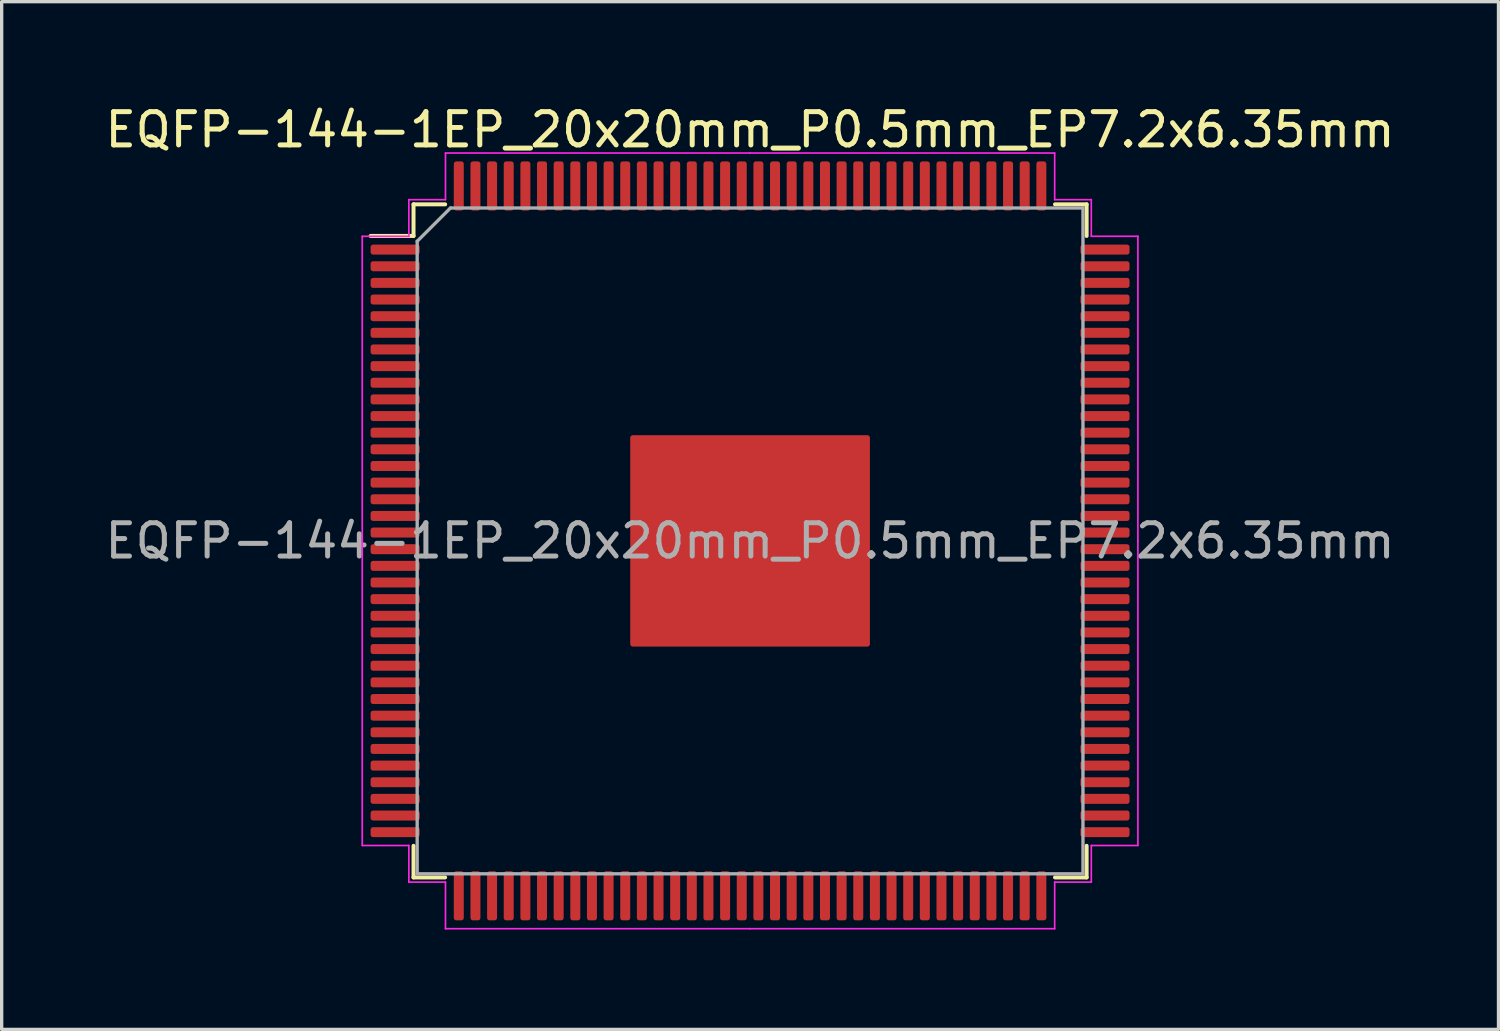
<source format=kicad_pcb>
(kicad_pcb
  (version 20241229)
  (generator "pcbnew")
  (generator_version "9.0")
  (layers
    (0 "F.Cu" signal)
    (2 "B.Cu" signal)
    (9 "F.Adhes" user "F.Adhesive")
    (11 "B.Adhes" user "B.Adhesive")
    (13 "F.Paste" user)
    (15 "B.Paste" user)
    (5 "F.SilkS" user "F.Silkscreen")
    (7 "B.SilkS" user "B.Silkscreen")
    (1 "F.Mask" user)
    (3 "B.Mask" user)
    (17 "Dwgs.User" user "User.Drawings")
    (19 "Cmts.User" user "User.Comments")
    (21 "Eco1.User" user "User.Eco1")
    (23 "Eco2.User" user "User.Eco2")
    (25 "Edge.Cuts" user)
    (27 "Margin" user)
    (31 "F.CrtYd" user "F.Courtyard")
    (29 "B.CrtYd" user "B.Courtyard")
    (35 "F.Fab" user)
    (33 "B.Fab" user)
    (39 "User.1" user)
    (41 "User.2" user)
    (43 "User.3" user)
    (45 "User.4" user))
  (footprint "EQFP-144-1EP_20x20mm_P0.5mm_EP7.2x6.35mm"
    (layer "F.Cu")
    (at 19.482 13.198)
    (property "Reference" "EQFP-144-1EP_20x20mm_P0.5mm_EP7.2x6.35mm" (at 0 -12.35 0) (layer "F.SilkS") (effects (font (size 1 1) (thickness 0.15))))
    (attr smd)
    (fp_line (start -10.11 -10.11) (end -10.11 -9.16) (stroke (width 0.12) (type solid)) (layer "F.SilkS"))
    (fp_line (start -10.11 -9.16) (end -11.4 -9.16) (stroke (width 0.12) (type solid)) (layer "F.SilkS"))
    (fp_line (start -10.11 10.11) (end -10.11 9.16) (stroke (width 0.12) (type solid)) (layer "F.SilkS"))
    (fp_line (start -9.16 -10.11) (end -10.11 -10.11) (stroke (width 0.12) (type solid)) (layer "F.SilkS"))
    (fp_line (start -9.16 10.11) (end -10.11 10.11) (stroke (width 0.12) (type solid)) (layer "F.SilkS"))
    (fp_line (start 9.16 -10.11) (end 10.11 -10.11) (stroke (width 0.12) (type solid)) (layer "F.SilkS"))
    (fp_line (start 9.16 10.11) (end 10.11 10.11) (stroke (width 0.12) (type solid)) (layer "F.SilkS"))
    (fp_line (start 10.11 -10.11) (end 10.11 -9.16) (stroke (width 0.12) (type solid)) (layer "F.SilkS"))
    (fp_line (start 10.11 10.11) (end 10.11 9.16) (stroke (width 0.12) (type solid)) (layer "F.SilkS"))
    (fp_line (start -11.65 -9.15) (end -11.65 0) (stroke (width 0.05) (type solid)) (layer "F.CrtYd"))
    (fp_line (start -11.65 9.15) (end -11.65 0) (stroke (width 0.05) (type solid)) (layer "F.CrtYd"))
    (fp_line (start -10.25 -10.25) (end -10.25 -9.15) (stroke (width 0.05) (type solid)) (layer "F.CrtYd"))
    (fp_line (start -10.25 -9.15) (end -11.65 -9.15) (stroke (width 0.05) (type solid)) (layer "F.CrtYd"))
    (fp_line (start -10.25 9.15) (end -11.65 9.15) (stroke (width 0.05) (type solid)) (layer "F.CrtYd"))
    (fp_line (start -10.25 10.25) (end -10.25 9.15) (stroke (width 0.05) (type solid)) (layer "F.CrtYd"))
    (fp_line (start -9.15 -11.65) (end -9.15 -10.25) (stroke (width 0.05) (type solid)) (layer "F.CrtYd"))
    (fp_line (start -9.15 -10.25) (end -10.25 -10.25) (stroke (width 0.05) (type solid)) (layer "F.CrtYd"))
    (fp_line (start -9.15 10.25) (end -10.25 10.25) (stroke (width 0.05) (type solid)) (layer "F.CrtYd"))
    (fp_line (start -9.15 11.65) (end -9.15 10.25) (stroke (width 0.05) (type solid)) (layer "F.CrtYd"))
    (fp_line (start 0 -11.65) (end -9.15 -11.65) (stroke (width 0.05) (type solid)) (layer "F.CrtYd"))
    (fp_line (start 0 -11.65) (end 9.15 -11.65) (stroke (width 0.05) (type solid)) (layer "F.CrtYd"))
    (fp_line (start 0 11.65) (end -9.15 11.65) (stroke (width 0.05) (type solid)) (layer "F.CrtYd"))
    (fp_line (start 0 11.65) (end 9.15 11.65) (stroke (width 0.05) (type solid)) (layer "F.CrtYd"))
    (fp_line (start 9.15 -11.65) (end 9.15 -10.25) (stroke (width 0.05) (type solid)) (layer "F.CrtYd"))
    (fp_line (start 9.15 -10.25) (end 10.25 -10.25) (stroke (width 0.05) (type solid)) (layer "F.CrtYd"))
    (fp_line (start 9.15 10.25) (end 10.25 10.25) (stroke (width 0.05) (type solid)) (layer "F.CrtYd"))
    (fp_line (start 9.15 11.65) (end 9.15 10.25) (stroke (width 0.05) (type solid)) (layer "F.CrtYd"))
    (fp_line (start 10.25 -10.25) (end 10.25 -9.15) (stroke (width 0.05) (type solid)) (layer "F.CrtYd"))
    (fp_line (start 10.25 -9.15) (end 11.65 -9.15) (stroke (width 0.05) (type solid)) (layer "F.CrtYd"))
    (fp_line (start 10.25 9.15) (end 11.65 9.15) (stroke (width 0.05) (type solid)) (layer "F.CrtYd"))
    (fp_line (start 10.25 10.25) (end 10.25 9.15) (stroke (width 0.05) (type solid)) (layer "F.CrtYd"))
    (fp_line (start 11.65 -9.15) (end 11.65 0) (stroke (width 0.05) (type solid)) (layer "F.CrtYd"))
    (fp_line (start 11.65 9.15) (end 11.65 0) (stroke (width 0.05) (type solid)) (layer "F.CrtYd"))
    (fp_line (start -10 -9) (end -9 -10) (stroke (width 0.1) (type solid)) (layer "F.Fab"))
    (fp_line (start -10 10) (end -10 -9) (stroke (width 0.1) (type solid)) (layer "F.Fab"))
    (fp_line (start -9 -10) (end 10 -10) (stroke (width 0.1) (type solid)) (layer "F.Fab"))
    (fp_line (start 10 -10) (end 10 10) (stroke (width 0.1) (type solid)) (layer "F.Fab"))
    (fp_line (start 10 10) (end -10 10) (stroke (width 0.1) (type solid)) (layer "F.Fab"))
    (fp_text user "${REFERENCE}" (at 0 0 0) (layer "F.Fab") (effects (font (size 1 1) (thickness 0.15))))
    (pad "" smd roundrect (at -3 -2.54) (size 0.97 1.02) (layers "F.Paste") (roundrect_rratio 0.25))
    (pad "" smd roundrect (at -3 -1.27) (size 0.97 1.02) (layers "F.Paste") (roundrect_rratio 0.25))
    (pad "" smd roundrect (at -3 0) (size 0.97 1.02) (layers "F.Paste") (roundrect_rratio 0.25))
    (pad "" smd roundrect (at -3 1.27) (size 0.97 1.02) (layers "F.Paste") (roundrect_rratio 0.25))
    (pad "" smd roundrect (at -3 2.54) (size 0.97 1.02) (layers "F.Paste") (roundrect_rratio 0.25))
    (pad "" smd roundrect (at -1.8 -2.54) (size 0.97 1.02) (layers "F.Paste") (roundrect_rratio 0.25))
    (pad "" smd roundrect (at -1.8 -1.27) (size 0.97 1.02) (layers "F.Paste") (roundrect_rratio 0.25))
    (pad "" smd roundrect (at -1.8 0) (size 0.97 1.02) (layers "F.Paste") (roundrect_rratio 0.25))
    (pad "" smd roundrect (at -1.8 1.27) (size 0.97 1.02) (layers "F.Paste") (roundrect_rratio 0.25))
    (pad "" smd roundrect (at -1.8 2.54) (size 0.97 1.02) (layers "F.Paste") (roundrect_rratio 0.25))
    (pad "" smd roundrect (at -0.6 -2.54) (size 0.97 1.02) (layers "F.Paste") (roundrect_rratio 0.25))
    (pad "" smd roundrect (at -0.6 -1.27) (size 0.97 1.02) (layers "F.Paste") (roundrect_rratio 0.25))
    (pad "" smd roundrect (at -0.6 0) (size 0.97 1.02) (layers "F.Paste") (roundrect_rratio 0.25))
    (pad "" smd roundrect (at -0.6 1.27) (size 0.97 1.02) (layers "F.Paste") (roundrect_rratio 0.25))
    (pad "" smd roundrect (at -0.6 2.54) (size 0.97 1.02) (layers "F.Paste") (roundrect_rratio 0.25))
    (pad "" smd roundrect (at 0.6 -2.54) (size 0.97 1.02) (layers "F.Paste") (roundrect_rratio 0.25))
    (pad "" smd roundrect (at 0.6 -1.27) (size 0.97 1.02) (layers "F.Paste") (roundrect_rratio 0.25))
    (pad "" smd roundrect (at 0.6 0) (size 0.97 1.02) (layers "F.Paste") (roundrect_rratio 0.25))
    (pad "" smd roundrect (at 0.6 1.27) (size 0.97 1.02) (layers "F.Paste") (roundrect_rratio 0.25))
    (pad "" smd roundrect (at 0.6 2.54) (size 0.97 1.02) (layers "F.Paste") (roundrect_rratio 0.25))
    (pad "" smd roundrect (at 1.8 -2.54) (size 0.97 1.02) (layers "F.Paste") (roundrect_rratio 0.25))
    (pad "" smd roundrect (at 1.8 -1.27) (size 0.97 1.02) (layers "F.Paste") (roundrect_rratio 0.25))
    (pad "" smd roundrect (at 1.8 0) (size 0.97 1.02) (layers "F.Paste") (roundrect_rratio 0.25))
    (pad "" smd roundrect (at 1.8 1.27) (size 0.97 1.02) (layers "F.Paste") (roundrect_rratio 0.25))
    (pad "" smd roundrect (at 1.8 2.54) (size 0.97 1.02) (layers "F.Paste") (roundrect_rratio 0.25))
    (pad "" smd roundrect (at 3 -2.54) (size 0.97 1.02) (layers "F.Paste") (roundrect_rratio 0.25))
    (pad "" smd roundrect (at 3 -1.27) (size 0.97 1.02) (layers "F.Paste") (roundrect_rratio 0.25))
    (pad "" smd roundrect (at 3 0) (size 0.97 1.02) (layers "F.Paste") (roundrect_rratio 0.25))
    (pad "" smd roundrect (at 3 1.27) (size 0.97 1.02) (layers "F.Paste") (roundrect_rratio 0.25))
    (pad "" smd roundrect (at 3 2.54) (size 0.97 1.02) (layers "F.Paste") (roundrect_rratio 0.25))
    (pad "1" smd roundrect (at -10.662 -8.75) (size 1.475 0.3) (layers "F.Cu" "F.Mask" "F.Paste") (roundrect_rratio 0.25))
    (pad "2" smd roundrect (at -10.662 -8.25) (size 1.475 0.3) (layers "F.Cu" "F.Mask" "F.Paste") (roundrect_rratio 0.25))
    (pad "3" smd roundrect (at -10.662 -7.75) (size 1.475 0.3) (layers "F.Cu" "F.Mask" "F.Paste") (roundrect_rratio 0.25))
    (pad "4" smd roundrect (at -10.662 -7.25) (size 1.475 0.3) (layers "F.Cu" "F.Mask" "F.Paste") (roundrect_rratio 0.25))
    (pad "5" smd roundrect (at -10.662 -6.75) (size 1.475 0.3) (layers "F.Cu" "F.Mask" "F.Paste") (roundrect_rratio 0.25))
    (pad "6" smd roundrect (at -10.662 -6.25) (size 1.475 0.3) (layers "F.Cu" "F.Mask" "F.Paste") (roundrect_rratio 0.25))
    (pad "7" smd roundrect (at -10.662 -5.75) (size 1.475 0.3) (layers "F.Cu" "F.Mask" "F.Paste") (roundrect_rratio 0.25))
    (pad "8" smd roundrect (at -10.662 -5.25) (size 1.475 0.3) (layers "F.Cu" "F.Mask" "F.Paste") (roundrect_rratio 0.25))
    (pad "9" smd roundrect (at -10.662 -4.75) (size 1.475 0.3) (layers "F.Cu" "F.Mask" "F.Paste") (roundrect_rratio 0.25))
    (pad "10" smd roundrect (at -10.662 -4.25) (size 1.475 0.3) (layers "F.Cu" "F.Mask" "F.Paste") (roundrect_rratio 0.25))
    (pad "11" smd roundrect (at -10.662 -3.75) (size 1.475 0.3) (layers "F.Cu" "F.Mask" "F.Paste") (roundrect_rratio 0.25))
    (pad "12" smd roundrect (at -10.662 -3.25) (size 1.475 0.3) (layers "F.Cu" "F.Mask" "F.Paste") (roundrect_rratio 0.25))
    (pad "13" smd roundrect (at -10.662 -2.75) (size 1.475 0.3) (layers "F.Cu" "F.Mask" "F.Paste") (roundrect_rratio 0.25))
    (pad "14" smd roundrect (at -10.662 -2.25) (size 1.475 0.3) (layers "F.Cu" "F.Mask" "F.Paste") (roundrect_rratio 0.25))
    (pad "15" smd roundrect (at -10.662 -1.75) (size 1.475 0.3) (layers "F.Cu" "F.Mask" "F.Paste") (roundrect_rratio 0.25))
    (pad "16" smd roundrect (at -10.662 -1.25) (size 1.475 0.3) (layers "F.Cu" "F.Mask" "F.Paste") (roundrect_rratio 0.25))
    (pad "17" smd roundrect (at -10.662 -0.75) (size 1.475 0.3) (layers "F.Cu" "F.Mask" "F.Paste") (roundrect_rratio 0.25))
    (pad "18" smd roundrect (at -10.662 -0.25) (size 1.475 0.3) (layers "F.Cu" "F.Mask" "F.Paste") (roundrect_rratio 0.25))
    (pad "19" smd roundrect (at -10.662 0.25) (size 1.475 0.3) (layers "F.Cu" "F.Mask" "F.Paste") (roundrect_rratio 0.25))
    (pad "20" smd roundrect (at -10.662 0.75) (size 1.475 0.3) (layers "F.Cu" "F.Mask" "F.Paste") (roundrect_rratio 0.25))
    (pad "21" smd roundrect (at -10.662 1.25) (size 1.475 0.3) (layers "F.Cu" "F.Mask" "F.Paste") (roundrect_rratio 0.25))
    (pad "22" smd roundrect (at -10.662 1.75) (size 1.475 0.3) (layers "F.Cu" "F.Mask" "F.Paste") (roundrect_rratio 0.25))
    (pad "23" smd roundrect (at -10.662 2.25) (size 1.475 0.3) (layers "F.Cu" "F.Mask" "F.Paste") (roundrect_rratio 0.25))
    (pad "24" smd roundrect (at -10.662 2.75) (size 1.475 0.3) (layers "F.Cu" "F.Mask" "F.Paste") (roundrect_rratio 0.25))
    (pad "25" smd roundrect (at -10.662 3.25) (size 1.475 0.3) (layers "F.Cu" "F.Mask" "F.Paste") (roundrect_rratio 0.25))
    (pad "26" smd roundrect (at -10.662 3.75) (size 1.475 0.3) (layers "F.Cu" "F.Mask" "F.Paste") (roundrect_rratio 0.25))
    (pad "27" smd roundrect (at -10.662 4.25) (size 1.475 0.3) (layers "F.Cu" "F.Mask" "F.Paste") (roundrect_rratio 0.25))
    (pad "28" smd roundrect (at -10.662 4.75) (size 1.475 0.3) (layers "F.Cu" "F.Mask" "F.Paste") (roundrect_rratio 0.25))
    (pad "29" smd roundrect (at -10.662 5.25) (size 1.475 0.3) (layers "F.Cu" "F.Mask" "F.Paste") (roundrect_rratio 0.25))
    (pad "30" smd roundrect (at -10.662 5.75) (size 1.475 0.3) (layers "F.Cu" "F.Mask" "F.Paste") (roundrect_rratio 0.25))
    (pad "31" smd roundrect (at -10.662 6.25) (size 1.475 0.3) (layers "F.Cu" "F.Mask" "F.Paste") (roundrect_rratio 0.25))
    (pad "32" smd roundrect (at -10.662 6.75) (size 1.475 0.3) (layers "F.Cu" "F.Mask" "F.Paste") (roundrect_rratio 0.25))
    (pad "33" smd roundrect (at -10.662 7.25) (size 1.475 0.3) (layers "F.Cu" "F.Mask" "F.Paste") (roundrect_rratio 0.25))
    (pad "34" smd roundrect (at -10.662 7.75) (size 1.475 0.3) (layers "F.Cu" "F.Mask" "F.Paste") (roundrect_rratio 0.25))
    (pad "35" smd roundrect (at -10.662 8.25) (size 1.475 0.3) (layers "F.Cu" "F.Mask" "F.Paste") (roundrect_rratio 0.25))
    (pad "36" smd roundrect (at -10.662 8.75) (size 1.475 0.3) (layers "F.Cu" "F.Mask" "F.Paste") (roundrect_rratio 0.25))
    (pad "37" smd roundrect (at -8.75 10.662) (size 0.3 1.475) (layers "F.Cu" "F.Mask" "F.Paste") (roundrect_rratio 0.25))
    (pad "38" smd roundrect (at -8.25 10.662) (size 0.3 1.475) (layers "F.Cu" "F.Mask" "F.Paste") (roundrect_rratio 0.25))
    (pad "39" smd roundrect (at -7.75 10.662) (size 0.3 1.475) (layers "F.Cu" "F.Mask" "F.Paste") (roundrect_rratio 0.25))
    (pad "40" smd roundrect (at -7.25 10.662) (size 0.3 1.475) (layers "F.Cu" "F.Mask" "F.Paste") (roundrect_rratio 0.25))
    (pad "41" smd roundrect (at -6.75 10.662) (size 0.3 1.475) (layers "F.Cu" "F.Mask" "F.Paste") (roundrect_rratio 0.25))
    (pad "42" smd roundrect (at -6.25 10.662) (size 0.3 1.475) (layers "F.Cu" "F.Mask" "F.Paste") (roundrect_rratio 0.25))
    (pad "43" smd roundrect (at -5.75 10.662) (size 0.3 1.475) (layers "F.Cu" "F.Mask" "F.Paste") (roundrect_rratio 0.25))
    (pad "44" smd roundrect (at -5.25 10.662) (size 0.3 1.475) (layers "F.Cu" "F.Mask" "F.Paste") (roundrect_rratio 0.25))
    (pad "45" smd roundrect (at -4.75 10.662) (size 0.3 1.475) (layers "F.Cu" "F.Mask" "F.Paste") (roundrect_rratio 0.25))
    (pad "46" smd roundrect (at -4.25 10.662) (size 0.3 1.475) (layers "F.Cu" "F.Mask" "F.Paste") (roundrect_rratio 0.25))
    (pad "47" smd roundrect (at -3.75 10.662) (size 0.3 1.475) (layers "F.Cu" "F.Mask" "F.Paste") (roundrect_rratio 0.25))
    (pad "48" smd roundrect (at -3.25 10.662) (size 0.3 1.475) (layers "F.Cu" "F.Mask" "F.Paste") (roundrect_rratio 0.25))
    (pad "49" smd roundrect (at -2.75 10.662) (size 0.3 1.475) (layers "F.Cu" "F.Mask" "F.Paste") (roundrect_rratio 0.25))
    (pad "50" smd roundrect (at -2.25 10.662) (size 0.3 1.475) (layers "F.Cu" "F.Mask" "F.Paste") (roundrect_rratio 0.25))
    (pad "51" smd roundrect (at -1.75 10.662) (size 0.3 1.475) (layers "F.Cu" "F.Mask" "F.Paste") (roundrect_rratio 0.25))
    (pad "52" smd roundrect (at -1.25 10.662) (size 0.3 1.475) (layers "F.Cu" "F.Mask" "F.Paste") (roundrect_rratio 0.25))
    (pad "53" smd roundrect (at -0.75 10.662) (size 0.3 1.475) (layers "F.Cu" "F.Mask" "F.Paste") (roundrect_rratio 0.25))
    (pad "54" smd roundrect (at -0.25 10.662) (size 0.3 1.475) (layers "F.Cu" "F.Mask" "F.Paste") (roundrect_rratio 0.25))
    (pad "55" smd roundrect (at 0.25 10.662) (size 0.3 1.475) (layers "F.Cu" "F.Mask" "F.Paste") (roundrect_rratio 0.25))
    (pad "56" smd roundrect (at 0.75 10.662) (size 0.3 1.475) (layers "F.Cu" "F.Mask" "F.Paste") (roundrect_rratio 0.25))
    (pad "57" smd roundrect (at 1.25 10.662) (size 0.3 1.475) (layers "F.Cu" "F.Mask" "F.Paste") (roundrect_rratio 0.25))
    (pad "58" smd roundrect (at 1.75 10.662) (size 0.3 1.475) (layers "F.Cu" "F.Mask" "F.Paste") (roundrect_rratio 0.25))
    (pad "59" smd roundrect (at 2.25 10.662) (size 0.3 1.475) (layers "F.Cu" "F.Mask" "F.Paste") (roundrect_rratio 0.25))
    (pad "60" smd roundrect (at 2.75 10.662) (size 0.3 1.475) (layers "F.Cu" "F.Mask" "F.Paste") (roundrect_rratio 0.25))
    (pad "61" smd roundrect (at 3.25 10.662) (size 0.3 1.475) (layers "F.Cu" "F.Mask" "F.Paste") (roundrect_rratio 0.25))
    (pad "62" smd roundrect (at 3.75 10.662) (size 0.3 1.475) (layers "F.Cu" "F.Mask" "F.Paste") (roundrect_rratio 0.25))
    (pad "63" smd roundrect (at 4.25 10.662) (size 0.3 1.475) (layers "F.Cu" "F.Mask" "F.Paste") (roundrect_rratio 0.25))
    (pad "64" smd roundrect (at 4.75 10.662) (size 0.3 1.475) (layers "F.Cu" "F.Mask" "F.Paste") (roundrect_rratio 0.25))
    (pad "65" smd roundrect (at 5.25 10.662) (size 0.3 1.475) (layers "F.Cu" "F.Mask" "F.Paste") (roundrect_rratio 0.25))
    (pad "66" smd roundrect (at 5.75 10.662) (size 0.3 1.475) (layers "F.Cu" "F.Mask" "F.Paste") (roundrect_rratio 0.25))
    (pad "67" smd roundrect (at 6.25 10.662) (size 0.3 1.475) (layers "F.Cu" "F.Mask" "F.Paste") (roundrect_rratio 0.25))
    (pad "68" smd roundrect (at 6.75 10.662) (size 0.3 1.475) (layers "F.Cu" "F.Mask" "F.Paste") (roundrect_rratio 0.25))
    (pad "69" smd roundrect (at 7.25 10.662) (size 0.3 1.475) (layers "F.Cu" "F.Mask" "F.Paste") (roundrect_rratio 0.25))
    (pad "70" smd roundrect (at 7.75 10.662) (size 0.3 1.475) (layers "F.Cu" "F.Mask" "F.Paste") (roundrect_rratio 0.25))
    (pad "71" smd roundrect (at 8.25 10.662) (size 0.3 1.475) (layers "F.Cu" "F.Mask" "F.Paste") (roundrect_rratio 0.25))
    (pad "72" smd roundrect (at 8.75 10.662) (size 0.3 1.475) (layers "F.Cu" "F.Mask" "F.Paste") (roundrect_rratio 0.25))
    (pad "73" smd roundrect (at 10.662 8.75) (size 1.475 0.3) (layers "F.Cu" "F.Mask" "F.Paste") (roundrect_rratio 0.25))
    (pad "74" smd roundrect (at 10.662 8.25) (size 1.475 0.3) (layers "F.Cu" "F.Mask" "F.Paste") (roundrect_rratio 0.25))
    (pad "75" smd roundrect (at 10.662 7.75) (size 1.475 0.3) (layers "F.Cu" "F.Mask" "F.Paste") (roundrect_rratio 0.25))
    (pad "76" smd roundrect (at 10.662 7.25) (size 1.475 0.3) (layers "F.Cu" "F.Mask" "F.Paste") (roundrect_rratio 0.25))
    (pad "77" smd roundrect (at 10.662 6.75) (size 1.475 0.3) (layers "F.Cu" "F.Mask" "F.Paste") (roundrect_rratio 0.25))
    (pad "78" smd roundrect (at 10.662 6.25) (size 1.475 0.3) (layers "F.Cu" "F.Mask" "F.Paste") (roundrect_rratio 0.25))
    (pad "79" smd roundrect (at 10.662 5.75) (size 1.475 0.3) (layers "F.Cu" "F.Mask" "F.Paste") (roundrect_rratio 0.25))
    (pad "80" smd roundrect (at 10.662 5.25) (size 1.475 0.3) (layers "F.Cu" "F.Mask" "F.Paste") (roundrect_rratio 0.25))
    (pad "81" smd roundrect (at 10.662 4.75) (size 1.475 0.3) (layers "F.Cu" "F.Mask" "F.Paste") (roundrect_rratio 0.25))
    (pad "82" smd roundrect (at 10.662 4.25) (size 1.475 0.3) (layers "F.Cu" "F.Mask" "F.Paste") (roundrect_rratio 0.25))
    (pad "83" smd roundrect (at 10.662 3.75) (size 1.475 0.3) (layers "F.Cu" "F.Mask" "F.Paste") (roundrect_rratio 0.25))
    (pad "84" smd roundrect (at 10.662 3.25) (size 1.475 0.3) (layers "F.Cu" "F.Mask" "F.Paste") (roundrect_rratio 0.25))
    (pad "85" smd roundrect (at 10.662 2.75) (size 1.475 0.3) (layers "F.Cu" "F.Mask" "F.Paste") (roundrect_rratio 0.25))
    (pad "86" smd roundrect (at 10.662 2.25) (size 1.475 0.3) (layers "F.Cu" "F.Mask" "F.Paste") (roundrect_rratio 0.25))
    (pad "87" smd roundrect (at 10.662 1.75) (size 1.475 0.3) (layers "F.Cu" "F.Mask" "F.Paste") (roundrect_rratio 0.25))
    (pad "88" smd roundrect (at 10.662 1.25) (size 1.475 0.3) (layers "F.Cu" "F.Mask" "F.Paste") (roundrect_rratio 0.25))
    (pad "89" smd roundrect (at 10.662 0.75) (size 1.475 0.3) (layers "F.Cu" "F.Mask" "F.Paste") (roundrect_rratio 0.25))
    (pad "90" smd roundrect (at 10.662 0.25) (size 1.475 0.3) (layers "F.Cu" "F.Mask" "F.Paste") (roundrect_rratio 0.25))
    (pad "91" smd roundrect (at 10.662 -0.25) (size 1.475 0.3) (layers "F.Cu" "F.Mask" "F.Paste") (roundrect_rratio 0.25))
    (pad "92" smd roundrect (at 10.662 -0.75) (size 1.475 0.3) (layers "F.Cu" "F.Mask" "F.Paste") (roundrect_rratio 0.25))
    (pad "93" smd roundrect (at 10.662 -1.25) (size 1.475 0.3) (layers "F.Cu" "F.Mask" "F.Paste") (roundrect_rratio 0.25))
    (pad "94" smd roundrect (at 10.662 -1.75) (size 1.475 0.3) (layers "F.Cu" "F.Mask" "F.Paste") (roundrect_rratio 0.25))
    (pad "95" smd roundrect (at 10.662 -2.25) (size 1.475 0.3) (layers "F.Cu" "F.Mask" "F.Paste") (roundrect_rratio 0.25))
    (pad "96" smd roundrect (at 10.662 -2.75) (size 1.475 0.3) (layers "F.Cu" "F.Mask" "F.Paste") (roundrect_rratio 0.25))
    (pad "97" smd roundrect (at 10.662 -3.25) (size 1.475 0.3) (layers "F.Cu" "F.Mask" "F.Paste") (roundrect_rratio 0.25))
    (pad "98" smd roundrect (at 10.662 -3.75) (size 1.475 0.3) (layers "F.Cu" "F.Mask" "F.Paste") (roundrect_rratio 0.25))
    (pad "99" smd roundrect (at 10.662 -4.25) (size 1.475 0.3) (layers "F.Cu" "F.Mask" "F.Paste") (roundrect_rratio 0.25))
    (pad "100" smd roundrect (at 10.662 -4.75) (size 1.475 0.3) (layers "F.Cu" "F.Mask" "F.Paste") (roundrect_rratio 0.25))
    (pad "101" smd roundrect (at 10.662 -5.25) (size 1.475 0.3) (layers "F.Cu" "F.Mask" "F.Paste") (roundrect_rratio 0.25))
    (pad "102" smd roundrect (at 10.662 -5.75) (size 1.475 0.3) (layers "F.Cu" "F.Mask" "F.Paste") (roundrect_rratio 0.25))
    (pad "103" smd roundrect (at 10.662 -6.25) (size 1.475 0.3) (layers "F.Cu" "F.Mask" "F.Paste") (roundrect_rratio 0.25))
    (pad "104" smd roundrect (at 10.662 -6.75) (size 1.475 0.3) (layers "F.Cu" "F.Mask" "F.Paste") (roundrect_rratio 0.25))
    (pad "105" smd roundrect (at 10.662 -7.25) (size 1.475 0.3) (layers "F.Cu" "F.Mask" "F.Paste") (roundrect_rratio 0.25))
    (pad "106" smd roundrect (at 10.662 -7.75) (size 1.475 0.3) (layers "F.Cu" "F.Mask" "F.Paste") (roundrect_rratio 0.25))
    (pad "107" smd roundrect (at 10.662 -8.25) (size 1.475 0.3) (layers "F.Cu" "F.Mask" "F.Paste") (roundrect_rratio 0.25))
    (pad "108" smd roundrect (at 10.662 -8.75) (size 1.475 0.3) (layers "F.Cu" "F.Mask" "F.Paste") (roundrect_rratio 0.25))
    (pad "109" smd roundrect (at 8.75 -10.662) (size 0.3 1.475) (layers "F.Cu" "F.Mask" "F.Paste") (roundrect_rratio 0.25))
    (pad "110" smd roundrect (at 8.25 -10.662) (size 0.3 1.475) (layers "F.Cu" "F.Mask" "F.Paste") (roundrect_rratio 0.25))
    (pad "111" smd roundrect (at 7.75 -10.662) (size 0.3 1.475) (layers "F.Cu" "F.Mask" "F.Paste") (roundrect_rratio 0.25))
    (pad "112" smd roundrect (at 7.25 -10.662) (size 0.3 1.475) (layers "F.Cu" "F.Mask" "F.Paste") (roundrect_rratio 0.25))
    (pad "113" smd roundrect (at 6.75 -10.662) (size 0.3 1.475) (layers "F.Cu" "F.Mask" "F.Paste") (roundrect_rratio 0.25))
    (pad "114" smd roundrect (at 6.25 -10.662) (size 0.3 1.475) (layers "F.Cu" "F.Mask" "F.Paste") (roundrect_rratio 0.25))
    (pad "115" smd roundrect (at 5.75 -10.662) (size 0.3 1.475) (layers "F.Cu" "F.Mask" "F.Paste") (roundrect_rratio 0.25))
    (pad "116" smd roundrect (at 5.25 -10.662) (size 0.3 1.475) (layers "F.Cu" "F.Mask" "F.Paste") (roundrect_rratio 0.25))
    (pad "117" smd roundrect (at 4.75 -10.662) (size 0.3 1.475) (layers "F.Cu" "F.Mask" "F.Paste") (roundrect_rratio 0.25))
    (pad "118" smd roundrect (at 4.25 -10.662) (size 0.3 1.475) (layers "F.Cu" "F.Mask" "F.Paste") (roundrect_rratio 0.25))
    (pad "119" smd roundrect (at 3.75 -10.662) (size 0.3 1.475) (layers "F.Cu" "F.Mask" "F.Paste") (roundrect_rratio 0.25))
    (pad "120" smd roundrect (at 3.25 -10.662) (size 0.3 1.475) (layers "F.Cu" "F.Mask" "F.Paste") (roundrect_rratio 0.25))
    (pad "121" smd roundrect (at 2.75 -10.662) (size 0.3 1.475) (layers "F.Cu" "F.Mask" "F.Paste") (roundrect_rratio 0.25))
    (pad "122" smd roundrect (at 2.25 -10.662) (size 0.3 1.475) (layers "F.Cu" "F.Mask" "F.Paste") (roundrect_rratio 0.25))
    (pad "123" smd roundrect (at 1.75 -10.662) (size 0.3 1.475) (layers "F.Cu" "F.Mask" "F.Paste") (roundrect_rratio 0.25))
    (pad "124" smd roundrect (at 1.25 -10.662) (size 0.3 1.475) (layers "F.Cu" "F.Mask" "F.Paste") (roundrect_rratio 0.25))
    (pad "125" smd roundrect (at 0.75 -10.662) (size 0.3 1.475) (layers "F.Cu" "F.Mask" "F.Paste") (roundrect_rratio 0.25))
    (pad "126" smd roundrect (at 0.25 -10.662) (size 0.3 1.475) (layers "F.Cu" "F.Mask" "F.Paste") (roundrect_rratio 0.25))
    (pad "127" smd roundrect (at -0.25 -10.662) (size 0.3 1.475) (layers "F.Cu" "F.Mask" "F.Paste") (roundrect_rratio 0.25))
    (pad "128" smd roundrect (at -0.75 -10.662) (size 0.3 1.475) (layers "F.Cu" "F.Mask" "F.Paste") (roundrect_rratio 0.25))
    (pad "129" smd roundrect (at -1.25 -10.662) (size 0.3 1.475) (layers "F.Cu" "F.Mask" "F.Paste") (roundrect_rratio 0.25))
    (pad "130" smd roundrect (at -1.75 -10.662) (size 0.3 1.475) (layers "F.Cu" "F.Mask" "F.Paste") (roundrect_rratio 0.25))
    (pad "131" smd roundrect (at -2.25 -10.662) (size 0.3 1.475) (layers "F.Cu" "F.Mask" "F.Paste") (roundrect_rratio 0.25))
    (pad "132" smd roundrect (at -2.75 -10.662) (size 0.3 1.475) (layers "F.Cu" "F.Mask" "F.Paste") (roundrect_rratio 0.25))
    (pad "133" smd roundrect (at -3.25 -10.662) (size 0.3 1.475) (layers "F.Cu" "F.Mask" "F.Paste") (roundrect_rratio 0.25))
    (pad "134" smd roundrect (at -3.75 -10.662) (size 0.3 1.475) (layers "F.Cu" "F.Mask" "F.Paste") (roundrect_rratio 0.25))
    (pad "135" smd roundrect (at -4.25 -10.662) (size 0.3 1.475) (layers "F.Cu" "F.Mask" "F.Paste") (roundrect_rratio 0.25))
    (pad "136" smd roundrect (at -4.75 -10.662) (size 0.3 1.475) (layers "F.Cu" "F.Mask" "F.Paste") (roundrect_rratio 0.25))
    (pad "137" smd roundrect (at -5.25 -10.662) (size 0.3 1.475) (layers "F.Cu" "F.Mask" "F.Paste") (roundrect_rratio 0.25))
    (pad "138" smd roundrect (at -5.75 -10.662) (size 0.3 1.475) (layers "F.Cu" "F.Mask" "F.Paste") (roundrect_rratio 0.25))
    (pad "139" smd roundrect (at -6.25 -10.662) (size 0.3 1.475) (layers "F.Cu" "F.Mask" "F.Paste") (roundrect_rratio 0.25))
    (pad "140" smd roundrect (at -6.75 -10.662) (size 0.3 1.475) (layers "F.Cu" "F.Mask" "F.Paste") (roundrect_rratio 0.25))
    (pad "141" smd roundrect (at -7.25 -10.662) (size 0.3 1.475) (layers "F.Cu" "F.Mask" "F.Paste") (roundrect_rratio 0.25))
    (pad "142" smd roundrect (at -7.75 -10.662) (size 0.3 1.475) (layers "F.Cu" "F.Mask" "F.Paste") (roundrect_rratio 0.25))
    (pad "143" smd roundrect (at -8.25 -10.662) (size 0.3 1.475) (layers "F.Cu" "F.Mask" "F.Paste") (roundrect_rratio 0.25))
    (pad "144" smd roundrect (at -8.75 -10.662) (size 0.3 1.475) (layers "F.Cu" "F.Mask" "F.Paste") (roundrect_rratio 0.25))
    (pad "145" smd roundrect (at 0 0) (size 7.2 6.35) (layers "F.Cu" "F.Mask") (roundrect_rratio 0.012)))
  (gr_rect
    (start -3 -3)
    (end 41.964 27.873)
    (stroke (width 0.1) (type default))
    (fill no)
    (layer "Edge.Cuts")))
</source>
